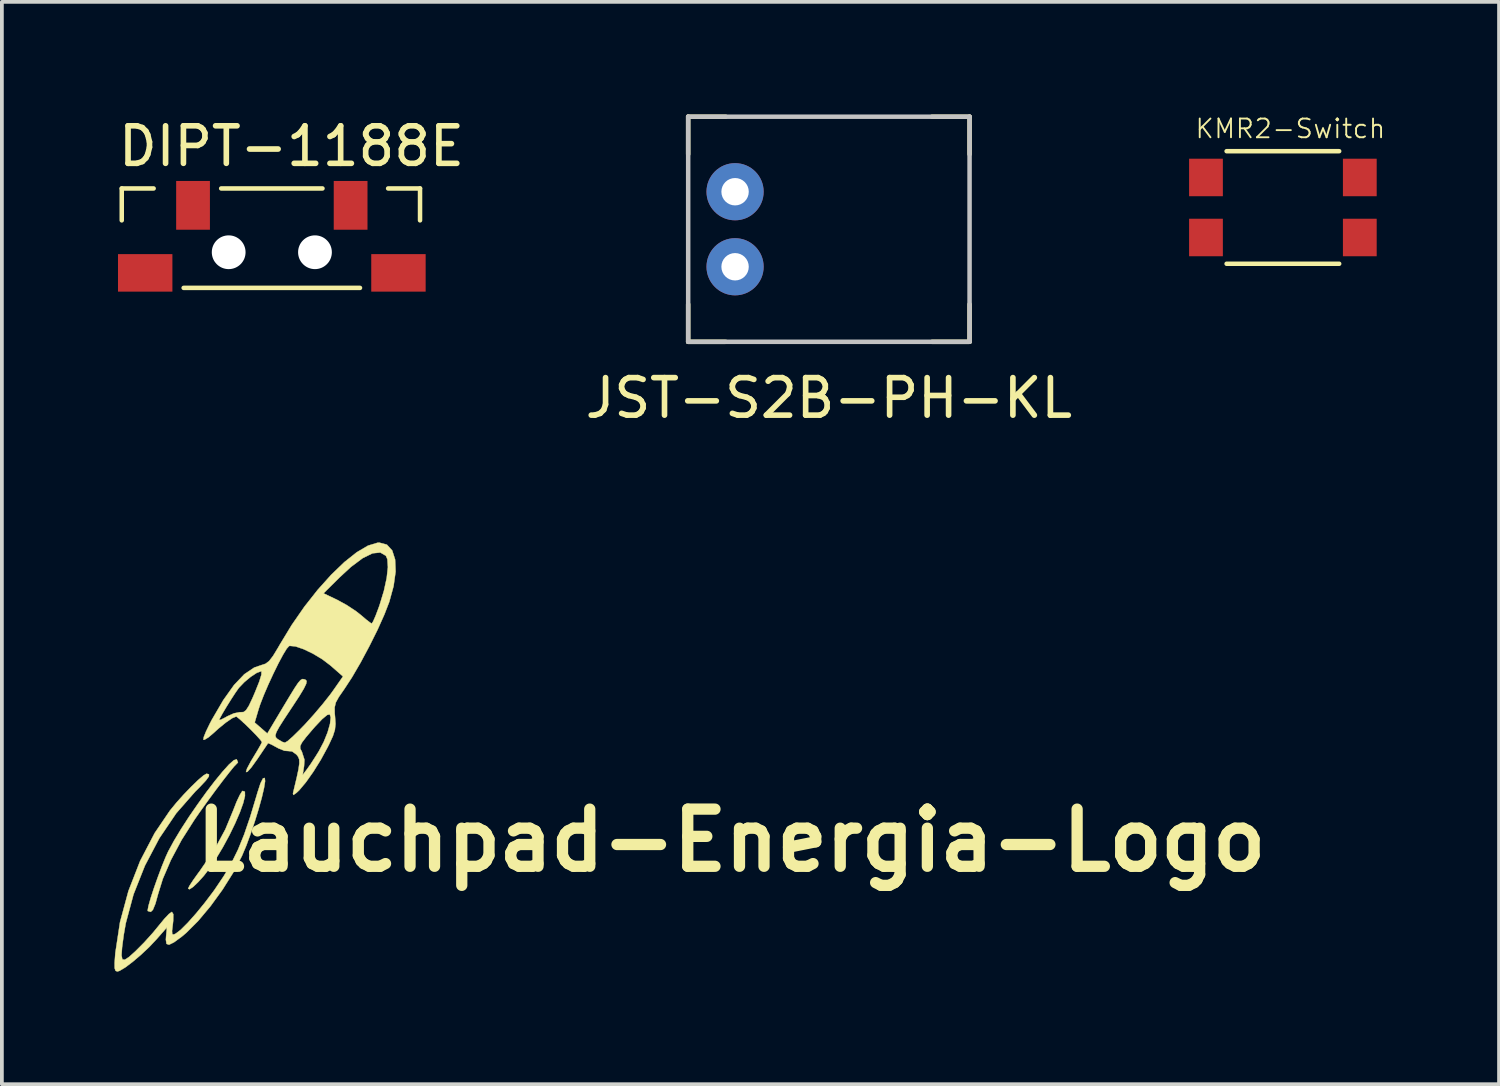
<source format=kicad_pcb>
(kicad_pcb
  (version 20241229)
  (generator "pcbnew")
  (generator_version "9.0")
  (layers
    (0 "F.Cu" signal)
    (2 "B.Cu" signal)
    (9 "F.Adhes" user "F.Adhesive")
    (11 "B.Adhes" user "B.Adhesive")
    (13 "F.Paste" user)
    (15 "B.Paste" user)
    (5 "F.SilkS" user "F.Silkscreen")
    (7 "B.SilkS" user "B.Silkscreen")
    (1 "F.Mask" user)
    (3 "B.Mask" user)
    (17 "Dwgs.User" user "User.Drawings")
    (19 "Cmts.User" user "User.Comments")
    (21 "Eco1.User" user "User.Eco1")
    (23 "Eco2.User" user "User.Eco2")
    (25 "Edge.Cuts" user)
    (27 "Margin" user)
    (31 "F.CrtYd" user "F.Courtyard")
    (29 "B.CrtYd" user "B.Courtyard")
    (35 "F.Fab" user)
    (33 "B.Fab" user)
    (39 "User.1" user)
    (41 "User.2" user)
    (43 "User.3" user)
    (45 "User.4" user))
  (footprint "JST-S2B-PH-KL"
    (layer "F.Cu")
    (at 18.792 6.06)
    (property "Reference" "JST-S2B-PH-KL" (at 0.25 1.5 0) (layer "F.SilkS") (effects (font (size 1 1) (thickness 0.15))))
    (attr through_hole)
    (fp_line (start -3.5 -6) (end -3.5 -5) (stroke (width 0.12) (type solid)) (layer "F.SilkS"))
    (fp_line (start -3.5 -6) (end -2.5 -6) (stroke (width 0.12) (type solid)) (layer "F.SilkS"))
    (fp_line (start -3.5 0) (end -3.5 -1) (stroke (width 0.12) (type solid)) (layer "F.SilkS"))
    (fp_line (start -3.5 0) (end -2.5 0) (stroke (width 0.12) (type solid)) (layer "F.SilkS"))
    (fp_line (start 4 -6) (end 3 -6) (stroke (width 0.12) (type solid)) (layer "F.SilkS"))
    (fp_line (start 4 -6) (end 4 -5) (stroke (width 0.12) (type solid)) (layer "F.SilkS"))
    (fp_line (start 4 0) (end 3 0) (stroke (width 0.12) (type solid)) (layer "F.SilkS"))
    (fp_line (start 4 0) (end 4 -1) (stroke (width 0.12) (type solid)) (layer "F.SilkS"))
    (fp_line (start -3.5 -6) (end 4 -6) (stroke (width 0.12) (type solid)) (layer "Dwgs.User"))
    (fp_line (start -3.5 0) (end -3.5 -6) (stroke (width 0.12) (type solid)) (layer "Dwgs.User"))
    (fp_line (start 4 -6) (end 4 0) (stroke (width 0.12) (type solid)) (layer "Dwgs.User"))
    (fp_line (start 4 0) (end -3.5 0) (stroke (width 0.12) (type solid)) (layer "Dwgs.User"))
    (pad "1" thru_hole circle (at -2.25 -2) (size 1.524 1.524) (drill 0.73) (layers "*.Cu" "*.Mask"))
    (pad "2" thru_hole circle (at -2.25 -4) (size 1.524 1.524) (drill 0.73) (layers "*.Cu" "*.Mask")))
  (footprint "KMR2-Switch"
    (layer "F.Cu")
    (at 31.143 2.48)
    (property "Reference" "KMR2-Switch" (at 0.2 -2.1 0) (layer "F.SilkS") (effects (font (size 0.5 0.5) (thickness 0.05))))
    (attr smd)
    (fp_line (start -1.5 -1.5) (end 1.5 -1.5) (stroke (width 0.12) (type solid)) (layer "F.SilkS"))
    (fp_line (start -1.5 1.5) (end 1.5 1.5) (stroke (width 0.12) (type solid)) (layer "F.SilkS"))
    (pad "1" smd rect (at -2.05 -0.8) (size 0.9 1) (layers "F.Cu" "F.Mask" "F.Paste"))
    (pad "1" smd rect (at 2.05 -0.8) (size 0.9 1) (layers "F.Cu" "F.Mask" "F.Paste"))
    (pad "2" smd rect (at -2.05 0.8) (size 0.9 1) (layers "F.Cu" "F.Mask" "F.Paste"))
    (pad "2" smd rect (at 2.05 0.8) (size 0.9 1) (layers "F.Cu" "F.Mask" "F.Paste")))
  (footprint "DIPT-1188E"
    (layer "F.Cu")
    (at 4.195 3.323)
    (property "Reference" "DIPT-1188E" (at 0.525 -2.475 0) (layer "F.SilkS") (effects (font (size 1 1) (thickness 0.15))))
    (attr smd)
    (fp_line (start -4 -1.35) (end -3.15 -1.35) (stroke (width 0.12) (type solid)) (layer "F.SilkS"))
    (fp_line (start -4 -0.5) (end -4 -1.35) (stroke (width 0.12) (type solid)) (layer "F.SilkS"))
    (fp_line (start -2.35 1.3) (end 2.35 1.3) (stroke (width 0.12) (type solid)) (layer "F.SilkS"))
    (fp_line (start -1.35 -1.35) (end 1.35 -1.35) (stroke (width 0.12) (type solid)) (layer "F.SilkS"))
    (fp_line (start 3.95 -1.35) (end 3.1 -1.35) (stroke (width 0.12) (type solid)) (layer "F.SilkS"))
    (fp_line (start 3.95 -0.5) (end 3.95 -1.35) (stroke (width 0.12) (type solid)) (layer "F.SilkS"))
    (pad "" np_thru_hole circle (at -1.15 0.35) (size 0.9 0.9) (drill 0.9) (layers "*.Cu" "*.Mask"))
    (pad "" np_thru_hole circle (at 1.15 0.35) (size 0.9 0.9) (drill 0.9) (layers "*.Cu" "*.Mask"))
    (pad "1" smd rect (at 2.1 -0.9) (size 0.9 1.3) (layers "F.Cu" "F.Mask" "F.Paste"))
    (pad "2" smd rect (at -2.1 -0.9) (size 0.9 1.3) (layers "F.Cu" "F.Mask" "F.Paste"))
    (pad "3" smd rect (at -3.375 0.9) (size 1.45 1) (layers "F.Cu" "F.Mask" "F.Paste"))
    (pad "3" smd rect (at 3.375 0.9) (size 1.45 1) (layers "F.Cu" "F.Mask" "F.Paste")))
  (footprint "Lauchpad-Energia-Logo"
    (layer "F.Cu")
    (at 16.442 19.35)
    (property "Reference" "Lauchpad-Energia-Logo" (at 0 0 0) (layer "F.SilkS") (effects (font (size 1.524 1.524) (thickness 0.3))))
    (attr exclude_from_pos_files exclude_from_bom)
    (fp_poly (pts (xy -12.965 -1.299) (xy -12.963 -1.185) (xy -13.01 -0.995) (xy -13.099 -0.747) (xy -13.224 -0.457) (xy -13.377 -0.142) (xy -13.551 0.18) (xy -13.738 0.492) (xy -13.909 0.748) (xy -14.06 0.943) (xy -14.212 1.112) (xy -14.345 1.239) (xy -14.441 1.302) (xy -14.478 1.285) (xy -14.478 1.284) (xy -14.442 1.209) (xy -14.346 1.062) (xy -14.21 0.872) (xy -14.169 0.817) (xy -13.785 0.26) (xy -13.486 -0.295) (xy -13.277 -0.799) (xy -13.186 -1.031) (xy -13.101 -1.211) (xy -13.038 -1.311) (xy -13.025 -1.32) (xy -12.965 -1.299)) (stroke (width 0.01) (type solid)) (fill yes) (layer "F.SilkS"))
    (fp_poly (pts (xy -13.182 -2.159) (xy -13.149 -2.079) (xy -13.181 -2.045) (xy -13.252 -1.972) (xy -13.381 -1.814) (xy -13.553 -1.593) (xy -13.752 -1.329) (xy -13.963 -1.041) (xy -14.172 -0.749) (xy -14.312 -0.547) (xy -14.653 -0.011) (xy -14.937 0.522) (xy -15.153 1.024) (xy -15.277 1.423) (xy -15.349 1.684) (xy -15.417 1.85) (xy -15.474 1.905) (xy -15.551 1.882) (xy -15.557 1.867) (xy -15.535 1.746) (xy -15.476 1.538) (xy -15.39 1.274) (xy -15.288 0.985) (xy -15.181 0.699) (xy -15.08 0.45) (xy -15.008 0.292) (xy -14.857 0.013) (xy -14.669 -0.299) (xy -14.454 -0.631) (xy -14.224 -0.965) (xy -13.992 -1.287) (xy -13.768 -1.58) (xy -13.563 -1.83) (xy -13.391 -2.021) (xy -13.261 -2.137) (xy -13.187 -2.162) (xy -13.182 -2.159)) (stroke (width 0.01) (type solid)) (fill yes) (layer "F.SilkS"))
    (fp_poly (pts (xy -13.922 -1.762) (xy -13.925 -1.706) (xy -14.004 -1.597) (xy -14.166 -1.424) (xy -14.29 -1.3) (xy -14.794 -0.725) (xy -15.246 -0.057) (xy -15.63 0.673) (xy -15.933 1.437) (xy -16.14 2.207) (xy -16.194 2.516) (xy -16.238 2.846) (xy -16.253 3.061) (xy -16.232 3.169) (xy -16.168 3.181) (xy -16.054 3.107) (xy -15.884 2.955) (xy -15.882 2.953) (xy -15.654 2.724) (xy -15.416 2.46) (xy -15.26 2.27) (xy -15.113 2.091) (xy -14.99 1.961) (xy -14.915 1.906) (xy -14.911 1.905) (xy -14.873 1.965) (xy -14.876 2.143) (xy -14.885 2.226) (xy -14.907 2.412) (xy -14.901 2.498) (xy -14.86 2.508) (xy -14.806 2.482) (xy -14.673 2.38) (xy -14.488 2.195) (xy -14.27 1.95) (xy -14.037 1.665) (xy -13.809 1.364) (xy -13.765 1.302) (xy -13.526 0.947) (xy -13.324 0.603) (xy -13.148 0.244) (xy -12.985 -0.157) (xy -12.824 -0.627) (xy -12.654 -1.192) (xy -12.634 -1.262) (xy -12.55 -1.52) (xy -12.483 -1.654) (xy -12.436 -1.666) (xy -12.426 -1.58) (xy -12.455 -1.398) (xy -12.514 -1.144) (xy -12.598 -0.84) (xy -12.699 -0.511) (xy -12.811 -0.178) (xy -12.926 0.134) (xy -13.039 0.403) (xy -13.048 0.422) (xy -13.277 0.86) (xy -13.562 1.313) (xy -13.881 1.752) (xy -14.21 2.145) (xy -14.527 2.462) (xy -14.648 2.564) (xy -14.856 2.716) (xy -14.987 2.78) (xy -15.054 2.757) (xy -15.071 2.644) (xy -15.065 2.556) (xy -15.043 2.318) (xy -15.312 2.625) (xy -15.51 2.836) (xy -15.733 3.046) (xy -15.956 3.236) (xy -16.155 3.386) (xy -16.306 3.476) (xy -16.365 3.493) (xy -16.412 3.475) (xy -16.436 3.405) (xy -16.437 3.26) (xy -16.419 3.014) (xy -16.418 3) (xy -16.293 2.176) (xy -16.069 1.348) (xy -15.757 0.547) (xy -15.369 -0.197) (xy -14.964 -0.794) (xy -14.793 -1.003) (xy -14.596 -1.223) (xy -14.396 -1.431) (xy -14.214 -1.607) (xy -14.07 -1.73) (xy -13.987 -1.778) (xy -13.986 -1.778) (xy -13.922 -1.762)) (stroke (width 0.01) (type solid)) (fill yes) (layer "F.SilkS"))
    (fp_poly (pts (xy -9.18 -7.883) (xy -9.039 -7.729) (xy -8.961 -7.486) (xy -8.948 -7.165) (xy -9.002 -6.778) (xy -9.116 -6.361) (xy -9.247 -6.022) (xy -9.43 -5.614) (xy -9.649 -5.175) (xy -9.882 -4.739) (xy -10.113 -4.343) (xy -10.32 -4.027) (xy -10.462 -3.822) (xy -10.542 -3.676) (xy -10.573 -3.546) (xy -10.571 -3.389) (xy -10.562 -3.293) (xy -10.55 -3.106) (xy -10.566 -2.949) (xy -10.62 -2.78) (xy -10.724 -2.556) (xy -10.763 -2.478) (xy -10.942 -2.149) (xy -11.141 -1.83) (xy -11.339 -1.55) (xy -11.516 -1.339) (xy -11.589 -1.27) (xy -11.67 -1.212) (xy -11.684 -1.25) (xy -11.665 -1.333) (xy -11.585 -1.667) (xy -11.535 -1.9) (xy -11.513 -2.057) (xy -11.517 -2.16) (xy -11.547 -2.233) (xy -11.592 -2.29) (xy -11.708 -2.373) (xy -11.8 -2.382) (xy -11.909 -2.39) (xy -12.068 -2.453) (xy -12.113 -2.478) (xy -12.186 -2.518) (xy -11.49 -2.518) (xy -11.489 -2.446) (xy -11.451 -2.373) (xy -11.447 -2.367) (xy -11.378 -2.152) (xy -11.388 -1.983) (xy -11.425 -1.746) (xy -11.305 -1.904) (xy -11.204 -2.048) (xy -11.075 -2.248) (xy -10.993 -2.38) (xy -10.863 -2.627) (xy -10.761 -2.879) (xy -10.696 -3.108) (xy -10.677 -3.281) (xy -10.703 -3.361) (xy -10.773 -3.344) (xy -10.907 -3.232) (xy -11.096 -3.032) (xy -11.153 -2.967) (xy -11.334 -2.754) (xy -11.442 -2.612) (xy -11.49 -2.518) (xy -12.186 -2.518) (xy -12.255 -2.555) (xy -12.34 -2.591) (xy -12.349 -2.59) (xy -12.388 -2.532) (xy -12.48 -2.396) (xy -12.606 -2.209) (xy -12.632 -2.17) (xy -12.792 -1.947) (xy -12.895 -1.832) (xy -12.936 -1.821) (xy -12.909 -1.913) (xy -12.807 -2.106) (xy -12.741 -2.215) (xy -12.626 -2.406) (xy -12.543 -2.551) (xy -12.51 -2.62) (xy -12.509 -2.62) (xy -12.552 -2.681) (xy -12.659 -2.8) (xy -12.804 -2.949) (xy -12.959 -3.1) (xy -13.006 -3.143) (xy -12.704 -3.143) (xy -12.536 -2.997) (xy -12.367 -2.85) (xy -11.957 -3.537) (xy -11.771 -3.846) (xy -11.639 -4.061) (xy -11.547 -4.198) (xy -11.482 -4.273) (xy -11.433 -4.301) (xy -11.386 -4.296) (xy -11.349 -4.283) (xy -11.319 -4.249) (xy -11.332 -4.174) (xy -11.395 -4.044) (xy -11.517 -3.842) (xy -11.705 -3.555) (xy -11.73 -3.518) (xy -11.922 -3.227) (xy -12.051 -3.024) (xy -12.125 -2.888) (xy -12.152 -2.802) (xy -12.141 -2.748) (xy -12.099 -2.705) (xy -12.091 -2.7) (xy -11.967 -2.626) (xy -11.897 -2.606) (xy -11.826 -2.648) (xy -11.691 -2.766) (xy -11.513 -2.94) (xy -11.357 -3.101) (xy -11.125 -3.358) (xy -10.893 -3.632) (xy -10.695 -3.882) (xy -10.62 -3.985) (xy -10.35 -4.371) (xy -10.684 -4.663) (xy -10.901 -4.828) (xy -11.15 -4.978) (xy -11.398 -5.097) (xy -11.614 -5.171) (xy -11.767 -5.186) (xy -11.787 -5.181) (xy -11.851 -5.11) (xy -11.95 -4.947) (xy -12.073 -4.717) (xy -12.207 -4.444) (xy -12.341 -4.154) (xy -12.462 -3.872) (xy -12.558 -3.624) (xy -12.601 -3.493) (xy -12.704 -3.143) (xy -13.006 -3.143) (xy -13.094 -3.224) (xy -13.182 -3.295) (xy -13.197 -3.302) (xy -13.301 -3.26) (xy -13.466 -3.147) (xy -13.667 -2.984) (xy -13.794 -2.868) (xy -13.935 -2.748) (xy -14.039 -2.685) (xy -14.071 -2.684) (xy -14.061 -2.754) (xy -14 -2.906) (xy -13.899 -3.115) (xy -13.85 -3.208) (xy -13.652 -3.208) (xy -13.604 -3.218) (xy -13.484 -3.279) (xy -13.433 -3.309) (xy -13.256 -3.388) (xy -13.097 -3.419) (xy -13.072 -3.418) (xy -13 -3.422) (xy -12.934 -3.472) (xy -12.86 -3.587) (xy -12.764 -3.79) (xy -12.694 -3.953) (xy -12.583 -4.23) (xy -12.525 -4.416) (xy -12.523 -4.503) (xy -12.534 -4.508) (xy -12.648 -4.467) (xy -12.809 -4.361) (xy -12.979 -4.22) (xy -13.119 -4.074) (xy -13.132 -4.058) (xy -13.221 -3.931) (xy -13.336 -3.754) (xy -13.456 -3.561) (xy -13.562 -3.383) (xy -13.633 -3.254) (xy -13.652 -3.208) (xy -13.85 -3.208) (xy -13.845 -3.218) (xy -13.541 -3.739) (xy -13.255 -4.141) (xy -12.981 -4.429) (xy -12.715 -4.608) (xy -12.519 -4.675) (xy -12.412 -4.71) (xy -12.317 -4.784) (xy -12.214 -4.918) (xy -12.081 -5.137) (xy -12.03 -5.226) (xy -11.717 -5.742) (xy -11.378 -6.231) (xy -11.098 -6.586) (xy -10.869 -6.586) (xy -10.497 -6.408) (xy -10.249 -6.272) (xy -10.004 -6.11) (xy -9.873 -6.007) (xy -9.725 -5.881) (xy -9.617 -5.799) (xy -9.584 -5.781) (xy -9.548 -5.835) (xy -9.483 -5.982) (xy -9.403 -6.194) (xy -9.374 -6.276) (xy -9.26 -6.651) (xy -9.185 -6.994) (xy -9.153 -7.283) (xy -9.167 -7.495) (xy -9.207 -7.587) (xy -9.355 -7.674) (xy -9.562 -7.653) (xy -9.825 -7.524) (xy -10.138 -7.29) (xy -10.437 -7.014) (xy -10.869 -6.586) (xy -11.098 -6.586) (xy -11.023 -6.681) (xy -10.664 -7.081) (xy -10.314 -7.418) (xy -9.983 -7.681) (xy -9.684 -7.857) (xy -9.429 -7.934) (xy -9.382 -7.937) (xy -9.18 -7.883)) (stroke (width 0.01) (type solid)) (fill yes) (layer "F.SilkS")))
  (gr_rect
    (start -3 -3)
    (end 36.904 25.848)
    (stroke (width 0.1) (type default))
    (fill no)
    (layer "Edge.Cuts")))
</source>
